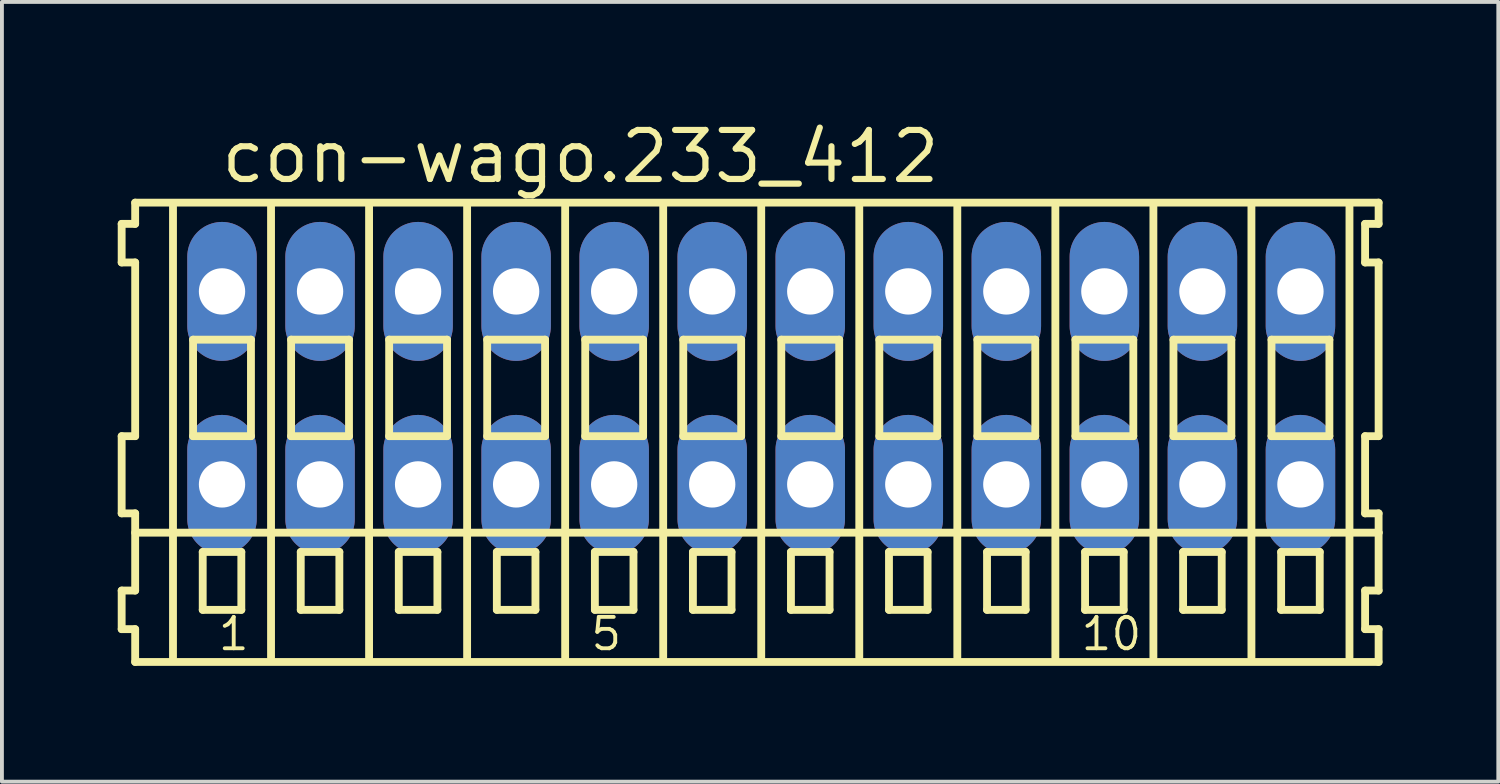
<source format=kicad_pcb>
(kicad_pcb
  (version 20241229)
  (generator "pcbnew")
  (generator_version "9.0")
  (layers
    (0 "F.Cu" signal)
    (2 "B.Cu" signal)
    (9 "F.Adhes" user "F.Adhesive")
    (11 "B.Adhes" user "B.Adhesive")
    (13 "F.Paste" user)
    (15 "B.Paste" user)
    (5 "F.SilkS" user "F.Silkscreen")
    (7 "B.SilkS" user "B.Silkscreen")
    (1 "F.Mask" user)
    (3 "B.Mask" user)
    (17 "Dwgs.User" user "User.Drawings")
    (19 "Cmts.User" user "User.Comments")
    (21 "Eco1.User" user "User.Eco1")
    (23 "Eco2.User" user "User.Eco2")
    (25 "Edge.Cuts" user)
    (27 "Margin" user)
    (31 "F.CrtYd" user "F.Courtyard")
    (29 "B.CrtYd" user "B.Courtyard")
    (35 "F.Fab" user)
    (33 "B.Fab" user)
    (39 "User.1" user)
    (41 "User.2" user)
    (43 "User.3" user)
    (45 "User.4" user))
  (footprint "con-wago.233_412"
    (layer "F.Cu")
    (at 16.672 7)
    (property "Reference" "con-wago.233_412" (at -14.07 -5.25 0) (layer "F.SilkS") (effects (font (size 1.27 1.27) (thickness 0.16)) (justify left bottom)))
    (attr through_hole)
    (fp_line (start -16.57 -4.25) (end -16.57 -3.25) (stroke (width 0.203) (type default)) (layer "F.SilkS"))
    (fp_line (start -16.57 -3.25) (end -16.22 -3.25) (stroke (width 0.203) (type default)) (layer "F.SilkS"))
    (fp_line (start -16.57 1.25) (end -16.57 3.25) (stroke (width 0.203) (type default)) (layer "F.SilkS"))
    (fp_line (start -16.57 3.25) (end -16.22 3.25) (stroke (width 0.203) (type default)) (layer "F.SilkS"))
    (fp_line (start -16.57 5.25) (end -16.57 6.25) (stroke (width 0.203) (type default)) (layer "F.SilkS"))
    (fp_line (start -16.57 6.25) (end -16.22 6.25) (stroke (width 0.203) (type default)) (layer "F.SilkS"))
    (fp_line (start -16.22 -4.8) (end -16.22 -4.25) (stroke (width 0.203) (type default)) (layer "F.SilkS"))
    (fp_line (start -16.22 -4.25) (end -16.57 -4.25) (stroke (width 0.203) (type default)) (layer "F.SilkS"))
    (fp_line (start -16.22 -3.25) (end -16.22 1.25) (stroke (width 0.203) (type default)) (layer "F.SilkS"))
    (fp_line (start -16.22 1.25) (end -16.57 1.25) (stroke (width 0.203) (type default)) (layer "F.SilkS"))
    (fp_line (start -16.22 3.25) (end -16.22 5.25) (stroke (width 0.203) (type default)) (layer "F.SilkS"))
    (fp_line (start -16.22 3.75) (end 15.995 3.75) (stroke (width 0.203) (type default)) (layer "F.SilkS"))
    (fp_line (start -16.22 5.25) (end -16.57 5.25) (stroke (width 0.203) (type default)) (layer "F.SilkS"))
    (fp_line (start -16.22 6.25) (end -16.22 7.1) (stroke (width 0.203) (type default)) (layer "F.SilkS"))
    (fp_line (start -16.22 7.1) (end 15.995 7.1) (stroke (width 0.203) (type default)) (layer "F.SilkS"))
    (fp_line (start -15.24 6.985) (end -15.24 -4.699) (stroke (width 0.203) (type default)) (layer "F.SilkS"))
    (fp_line (start -14.72 -1.25) (end -14.72 1.25) (stroke (width 0.203) (type default)) (layer "F.SilkS"))
    (fp_line (start -14.72 1.25) (end -13.22 1.25) (stroke (width 0.203) (type default)) (layer "F.SilkS"))
    (fp_line (start -14.47 4.25) (end -14.47 5.75) (stroke (width 0.203) (type default)) (layer "F.SilkS"))
    (fp_line (start -14.47 5.75) (end -13.47 5.75) (stroke (width 0.203) (type default)) (layer "F.SilkS"))
    (fp_line (start -13.47 4.25) (end -14.47 4.25) (stroke (width 0.203) (type default)) (layer "F.SilkS"))
    (fp_line (start -13.47 5.75) (end -13.47 4.25) (stroke (width 0.203) (type default)) (layer "F.SilkS"))
    (fp_line (start -13.22 -1.25) (end -14.72 -1.25) (stroke (width 0.203) (type default)) (layer "F.SilkS"))
    (fp_line (start -13.22 1.25) (end -13.22 -1.25) (stroke (width 0.203) (type default)) (layer "F.SilkS"))
    (fp_line (start -12.7 6.985) (end -12.7 -4.699) (stroke (width 0.203) (type default)) (layer "F.SilkS"))
    (fp_line (start -12.18 -1.25) (end -12.18 1.25) (stroke (width 0.203) (type default)) (layer "F.SilkS"))
    (fp_line (start -12.18 1.25) (end -10.68 1.25) (stroke (width 0.203) (type default)) (layer "F.SilkS"))
    (fp_line (start -11.93 4.25) (end -11.93 5.75) (stroke (width 0.203) (type default)) (layer "F.SilkS"))
    (fp_line (start -11.93 5.75) (end -10.93 5.75) (stroke (width 0.203) (type default)) (layer "F.SilkS"))
    (fp_line (start -10.93 4.25) (end -11.93 4.25) (stroke (width 0.203) (type default)) (layer "F.SilkS"))
    (fp_line (start -10.93 5.75) (end -10.93 4.25) (stroke (width 0.203) (type default)) (layer "F.SilkS"))
    (fp_line (start -10.68 -1.25) (end -12.18 -1.25) (stroke (width 0.203) (type default)) (layer "F.SilkS"))
    (fp_line (start -10.68 1.25) (end -10.68 -1.25) (stroke (width 0.203) (type default)) (layer "F.SilkS"))
    (fp_line (start -10.16 6.985) (end -10.16 -4.699) (stroke (width 0.203) (type default)) (layer "F.SilkS"))
    (fp_line (start -9.64 -1.25) (end -9.64 1.25) (stroke (width 0.203) (type default)) (layer "F.SilkS"))
    (fp_line (start -9.64 1.25) (end -8.14 1.25) (stroke (width 0.203) (type default)) (layer "F.SilkS"))
    (fp_line (start -9.39 4.25) (end -9.39 5.75) (stroke (width 0.203) (type default)) (layer "F.SilkS"))
    (fp_line (start -9.39 5.75) (end -8.39 5.75) (stroke (width 0.203) (type default)) (layer "F.SilkS"))
    (fp_line (start -8.39 4.25) (end -9.39 4.25) (stroke (width 0.203) (type default)) (layer "F.SilkS"))
    (fp_line (start -8.39 5.75) (end -8.39 4.25) (stroke (width 0.203) (type default)) (layer "F.SilkS"))
    (fp_line (start -8.14 -1.25) (end -9.64 -1.25) (stroke (width 0.203) (type default)) (layer "F.SilkS"))
    (fp_line (start -8.14 1.25) (end -8.14 -1.25) (stroke (width 0.203) (type default)) (layer "F.SilkS"))
    (fp_line (start -7.62 6.985) (end -7.62 -4.699) (stroke (width 0.203) (type default)) (layer "F.SilkS"))
    (fp_line (start -7.1 -1.25) (end -7.1 1.25) (stroke (width 0.203) (type default)) (layer "F.SilkS"))
    (fp_line (start -7.1 1.25) (end -5.6 1.25) (stroke (width 0.203) (type default)) (layer "F.SilkS"))
    (fp_line (start -6.85 4.25) (end -6.85 5.75) (stroke (width 0.203) (type default)) (layer "F.SilkS"))
    (fp_line (start -6.85 5.75) (end -5.85 5.75) (stroke (width 0.203) (type default)) (layer "F.SilkS"))
    (fp_line (start -5.85 4.25) (end -6.85 4.25) (stroke (width 0.203) (type default)) (layer "F.SilkS"))
    (fp_line (start -5.85 5.75) (end -5.85 4.25) (stroke (width 0.203) (type default)) (layer "F.SilkS"))
    (fp_line (start -5.6 -1.25) (end -7.1 -1.25) (stroke (width 0.203) (type default)) (layer "F.SilkS"))
    (fp_line (start -5.6 1.25) (end -5.6 -1.25) (stroke (width 0.203) (type default)) (layer "F.SilkS"))
    (fp_line (start -5.08 6.985) (end -5.08 -4.699) (stroke (width 0.203) (type default)) (layer "F.SilkS"))
    (fp_line (start -4.56 -1.25) (end -4.56 1.25) (stroke (width 0.203) (type default)) (layer "F.SilkS"))
    (fp_line (start -4.56 1.25) (end -3.06 1.25) (stroke (width 0.203) (type default)) (layer "F.SilkS"))
    (fp_line (start -4.31 4.25) (end -4.31 5.75) (stroke (width 0.203) (type default)) (layer "F.SilkS"))
    (fp_line (start -4.31 5.75) (end -3.31 5.75) (stroke (width 0.203) (type default)) (layer "F.SilkS"))
    (fp_line (start -3.31 4.25) (end -4.31 4.25) (stroke (width 0.203) (type default)) (layer "F.SilkS"))
    (fp_line (start -3.31 5.75) (end -3.31 4.25) (stroke (width 0.203) (type default)) (layer "F.SilkS"))
    (fp_line (start -3.06 -1.25) (end -4.56 -1.25) (stroke (width 0.203) (type default)) (layer "F.SilkS"))
    (fp_line (start -3.06 1.25) (end -3.06 -1.25) (stroke (width 0.203) (type default)) (layer "F.SilkS"))
    (fp_line (start -2.54 6.985) (end -2.54 -4.699) (stroke (width 0.203) (type default)) (layer "F.SilkS"))
    (fp_line (start -2.02 -1.25) (end -2.02 1.25) (stroke (width 0.203) (type default)) (layer "F.SilkS"))
    (fp_line (start -2.02 1.25) (end -0.52 1.25) (stroke (width 0.203) (type default)) (layer "F.SilkS"))
    (fp_line (start -1.77 4.25) (end -1.77 5.75) (stroke (width 0.203) (type default)) (layer "F.SilkS"))
    (fp_line (start -1.77 5.75) (end -0.77 5.75) (stroke (width 0.203) (type default)) (layer "F.SilkS"))
    (fp_line (start -0.77 4.25) (end -1.77 4.25) (stroke (width 0.203) (type default)) (layer "F.SilkS"))
    (fp_line (start -0.77 5.75) (end -0.77 4.25) (stroke (width 0.203) (type default)) (layer "F.SilkS"))
    (fp_line (start -0.52 -1.25) (end -2.02 -1.25) (stroke (width 0.203) (type default)) (layer "F.SilkS"))
    (fp_line (start -0.52 1.25) (end -0.52 -1.25) (stroke (width 0.203) (type default)) (layer "F.SilkS"))
    (fp_line (start 0 6.985) (end 0 -4.699) (stroke (width 0.203) (type default)) (layer "F.SilkS"))
    (fp_line (start 0.52 -1.25) (end 0.52 1.25) (stroke (width 0.203) (type default)) (layer "F.SilkS"))
    (fp_line (start 0.52 1.25) (end 2.02 1.25) (stroke (width 0.203) (type default)) (layer "F.SilkS"))
    (fp_line (start 0.77 4.25) (end 0.77 5.75) (stroke (width 0.203) (type default)) (layer "F.SilkS"))
    (fp_line (start 0.77 5.75) (end 1.77 5.75) (stroke (width 0.203) (type default)) (layer "F.SilkS"))
    (fp_line (start 1.77 4.25) (end 0.77 4.25) (stroke (width 0.203) (type default)) (layer "F.SilkS"))
    (fp_line (start 1.77 5.75) (end 1.77 4.25) (stroke (width 0.203) (type default)) (layer "F.SilkS"))
    (fp_line (start 2.02 -1.25) (end 0.52 -1.25) (stroke (width 0.203) (type default)) (layer "F.SilkS"))
    (fp_line (start 2.02 1.25) (end 2.02 -1.25) (stroke (width 0.203) (type default)) (layer "F.SilkS"))
    (fp_line (start 2.54 6.985) (end 2.54 -4.699) (stroke (width 0.203) (type default)) (layer "F.SilkS"))
    (fp_line (start 3.06 -1.25) (end 3.06 1.25) (stroke (width 0.203) (type default)) (layer "F.SilkS"))
    (fp_line (start 3.06 1.25) (end 4.56 1.25) (stroke (width 0.203) (type default)) (layer "F.SilkS"))
    (fp_line (start 3.31 4.25) (end 3.31 5.75) (stroke (width 0.203) (type default)) (layer "F.SilkS"))
    (fp_line (start 3.31 5.75) (end 4.31 5.75) (stroke (width 0.203) (type default)) (layer "F.SilkS"))
    (fp_line (start 4.31 4.25) (end 3.31 4.25) (stroke (width 0.203) (type default)) (layer "F.SilkS"))
    (fp_line (start 4.31 5.75) (end 4.31 4.25) (stroke (width 0.203) (type default)) (layer "F.SilkS"))
    (fp_line (start 4.56 -1.25) (end 3.06 -1.25) (stroke (width 0.203) (type default)) (layer "F.SilkS"))
    (fp_line (start 4.56 1.25) (end 4.56 -1.25) (stroke (width 0.203) (type default)) (layer "F.SilkS"))
    (fp_line (start 5.08 6.985) (end 5.08 -4.699) (stroke (width 0.203) (type default)) (layer "F.SilkS"))
    (fp_line (start 5.6 -1.25) (end 5.6 1.25) (stroke (width 0.203) (type default)) (layer "F.SilkS"))
    (fp_line (start 5.6 1.25) (end 7.1 1.25) (stroke (width 0.203) (type default)) (layer "F.SilkS"))
    (fp_line (start 5.85 4.25) (end 5.85 5.75) (stroke (width 0.203) (type default)) (layer "F.SilkS"))
    (fp_line (start 5.85 5.75) (end 6.85 5.75) (stroke (width 0.203) (type default)) (layer "F.SilkS"))
    (fp_line (start 6.85 4.25) (end 5.85 4.25) (stroke (width 0.203) (type default)) (layer "F.SilkS"))
    (fp_line (start 6.85 5.75) (end 6.85 4.25) (stroke (width 0.203) (type default)) (layer "F.SilkS"))
    (fp_line (start 7.1 -1.25) (end 5.6 -1.25) (stroke (width 0.203) (type default)) (layer "F.SilkS"))
    (fp_line (start 7.1 1.25) (end 7.1 -1.25) (stroke (width 0.203) (type default)) (layer "F.SilkS"))
    (fp_line (start 7.62 6.985) (end 7.62 -4.699) (stroke (width 0.203) (type default)) (layer "F.SilkS"))
    (fp_line (start 8.14 -1.25) (end 8.14 1.25) (stroke (width 0.203) (type default)) (layer "F.SilkS"))
    (fp_line (start 8.14 1.25) (end 9.64 1.25) (stroke (width 0.203) (type default)) (layer "F.SilkS"))
    (fp_line (start 8.39 4.25) (end 8.39 5.75) (stroke (width 0.203) (type default)) (layer "F.SilkS"))
    (fp_line (start 8.39 5.75) (end 9.39 5.75) (stroke (width 0.203) (type default)) (layer "F.SilkS"))
    (fp_line (start 9.39 4.25) (end 8.39 4.25) (stroke (width 0.203) (type default)) (layer "F.SilkS"))
    (fp_line (start 9.39 5.75) (end 9.39 4.25) (stroke (width 0.203) (type default)) (layer "F.SilkS"))
    (fp_line (start 9.64 -1.25) (end 8.14 -1.25) (stroke (width 0.203) (type default)) (layer "F.SilkS"))
    (fp_line (start 9.64 1.25) (end 9.64 -1.25) (stroke (width 0.203) (type default)) (layer "F.SilkS"))
    (fp_line (start 10.16 6.985) (end 10.16 -4.699) (stroke (width 0.203) (type default)) (layer "F.SilkS"))
    (fp_line (start 10.68 -1.25) (end 10.68 1.25) (stroke (width 0.203) (type default)) (layer "F.SilkS"))
    (fp_line (start 10.68 1.25) (end 12.18 1.25) (stroke (width 0.203) (type default)) (layer "F.SilkS"))
    (fp_line (start 10.93 4.25) (end 10.93 5.75) (stroke (width 0.203) (type default)) (layer "F.SilkS"))
    (fp_line (start 10.93 5.75) (end 11.93 5.75) (stroke (width 0.203) (type default)) (layer "F.SilkS"))
    (fp_line (start 11.93 4.25) (end 10.93 4.25) (stroke (width 0.203) (type default)) (layer "F.SilkS"))
    (fp_line (start 11.93 5.75) (end 11.93 4.25) (stroke (width 0.203) (type default)) (layer "F.SilkS"))
    (fp_line (start 12.18 -1.25) (end 10.68 -1.25) (stroke (width 0.203) (type default)) (layer "F.SilkS"))
    (fp_line (start 12.18 1.25) (end 12.18 -1.25) (stroke (width 0.203) (type default)) (layer "F.SilkS"))
    (fp_line (start 12.7 6.985) (end 12.7 -4.699) (stroke (width 0.203) (type default)) (layer "F.SilkS"))
    (fp_line (start 13.22 -1.25) (end 13.22 1.25) (stroke (width 0.203) (type default)) (layer "F.SilkS"))
    (fp_line (start 13.22 1.25) (end 14.72 1.25) (stroke (width 0.203) (type default)) (layer "F.SilkS"))
    (fp_line (start 13.47 4.25) (end 13.47 5.75) (stroke (width 0.203) (type default)) (layer "F.SilkS"))
    (fp_line (start 13.47 5.75) (end 14.47 5.75) (stroke (width 0.203) (type default)) (layer "F.SilkS"))
    (fp_line (start 14.47 4.25) (end 13.47 4.25) (stroke (width 0.203) (type default)) (layer "F.SilkS"))
    (fp_line (start 14.47 5.75) (end 14.47 4.25) (stroke (width 0.203) (type default)) (layer "F.SilkS"))
    (fp_line (start 14.72 -1.25) (end 13.22 -1.25) (stroke (width 0.203) (type default)) (layer "F.SilkS"))
    (fp_line (start 14.72 1.25) (end 14.72 -1.25) (stroke (width 0.203) (type default)) (layer "F.SilkS"))
    (fp_line (start 15.24 6.985) (end 15.24 -4.699) (stroke (width 0.203) (type default)) (layer "F.SilkS"))
    (fp_line (start 15.645 -4.25) (end 15.645 -3.25) (stroke (width 0.203) (type default)) (layer "F.SilkS"))
    (fp_line (start 15.645 -3.25) (end 15.995 -3.25) (stroke (width 0.203) (type default)) (layer "F.SilkS"))
    (fp_line (start 15.645 1.25) (end 15.645 3.25) (stroke (width 0.203) (type default)) (layer "F.SilkS"))
    (fp_line (start 15.645 3.25) (end 15.995 3.25) (stroke (width 0.203) (type default)) (layer "F.SilkS"))
    (fp_line (start 15.645 5.25) (end 15.645 6.25) (stroke (width 0.203) (type default)) (layer "F.SilkS"))
    (fp_line (start 15.645 6.25) (end 15.995 6.25) (stroke (width 0.203) (type default)) (layer "F.SilkS"))
    (fp_line (start 15.995 -4.8) (end -16.22 -4.8) (stroke (width 0.203) (type default)) (layer "F.SilkS"))
    (fp_line (start 15.995 -4.25) (end 15.645 -4.25) (stroke (width 0.203) (type default)) (layer "F.SilkS"))
    (fp_line (start 15.995 -4.25) (end 15.995 -4.8) (stroke (width 0.203) (type default)) (layer "F.SilkS"))
    (fp_line (start 15.995 1.25) (end 15.645 1.25) (stroke (width 0.203) (type default)) (layer "F.SilkS"))
    (fp_line (start 15.995 1.25) (end 15.995 -3.25) (stroke (width 0.203) (type default)) (layer "F.SilkS"))
    (fp_line (start 15.995 3.75) (end 15.995 3.25) (stroke (width 0.203) (type default)) (layer "F.SilkS"))
    (fp_line (start 15.995 5.25) (end 15.645 5.25) (stroke (width 0.203) (type default)) (layer "F.SilkS"))
    (fp_line (start 15.995 5.25) (end 15.995 3.75) (stroke (width 0.203) (type default)) (layer "F.SilkS"))
    (fp_line (start 15.995 7.1) (end 15.995 6.25) (stroke (width 0.203) (type default)) (layer "F.SilkS"))
    (fp_text user "1" (at -14.12 6.85 0) (layer "F.SilkS") (effects (font (size 0.813 0.813) (thickness 0.1)) (justify left bottom)))
    (fp_text user "10" (at 8.232 6.85 0) (layer "F.SilkS") (effects (font (size 0.813 0.813) (thickness 0.1)) (justify left bottom)))
    (fp_text user "5" (at -4.468 6.85 0) (layer "F.SilkS") (effects (font (size 0.813 0.813) (thickness 0.1)) (justify left bottom)))
    (pad "A1" thru_hole oval (at -13.97 -2.5 90) (size 3.6 1.8) (drill 1.2) (layers "*.Cu" "*.Mask"))
    (pad "A2" thru_hole oval (at -11.43 -2.5 90) (size 3.6 1.8) (drill 1.2) (layers "*.Cu" "*.Mask"))
    (pad "A3" thru_hole oval (at -8.89 -2.5 90) (size 3.6 1.8) (drill 1.2) (layers "*.Cu" "*.Mask"))
    (pad "A4" thru_hole oval (at -6.35 -2.5 90) (size 3.6 1.8) (drill 1.2) (layers "*.Cu" "*.Mask"))
    (pad "A5" thru_hole oval (at -3.81 -2.5 90) (size 3.6 1.8) (drill 1.2) (layers "*.Cu" "*.Mask"))
    (pad "A6" thru_hole oval (at -1.27 -2.5 90) (size 3.6 1.8) (drill 1.2) (layers "*.Cu" "*.Mask"))
    (pad "A7" thru_hole oval (at 1.27 -2.5 90) (size 3.6 1.8) (drill 1.2) (layers "*.Cu" "*.Mask"))
    (pad "A8" thru_hole oval (at 3.81 -2.5 90) (size 3.6 1.8) (drill 1.2) (layers "*.Cu" "*.Mask"))
    (pad "A9" thru_hole oval (at 6.35 -2.5 90) (size 3.6 1.8) (drill 1.2) (layers "*.Cu" "*.Mask"))
    (pad "A10" thru_hole oval (at 8.89 -2.5 90) (size 3.6 1.8) (drill 1.2) (layers "*.Cu" "*.Mask"))
    (pad "A11" thru_hole oval (at 11.43 -2.5 90) (size 3.6 1.8) (drill 1.2) (layers "*.Cu" "*.Mask"))
    (pad "A12" thru_hole oval (at 13.97 -2.5 90) (size 3.6 1.8) (drill 1.2) (layers "*.Cu" "*.Mask"))
    (pad "B1" thru_hole oval (at -13.97 2.5 90) (size 3.6 1.8) (drill 1.2) (layers "*.Cu" "*.Mask"))
    (pad "B2" thru_hole oval (at -11.43 2.5 90) (size 3.6 1.8) (drill 1.2) (layers "*.Cu" "*.Mask"))
    (pad "B3" thru_hole oval (at -8.89 2.5 90) (size 3.6 1.8) (drill 1.2) (layers "*.Cu" "*.Mask"))
    (pad "B4" thru_hole oval (at -6.35 2.5 90) (size 3.6 1.8) (drill 1.2) (layers "*.Cu" "*.Mask"))
    (pad "B5" thru_hole oval (at -3.81 2.5 90) (size 3.6 1.8) (drill 1.2) (layers "*.Cu" "*.Mask"))
    (pad "B6" thru_hole oval (at -1.27 2.5 90) (size 3.6 1.8) (drill 1.2) (layers "*.Cu" "*.Mask"))
    (pad "B7" thru_hole oval (at 1.27 2.5 90) (size 3.6 1.8) (drill 1.2) (layers "*.Cu" "*.Mask"))
    (pad "B8" thru_hole oval (at 3.81 2.5 90) (size 3.6 1.8) (drill 1.2) (layers "*.Cu" "*.Mask"))
    (pad "B9" thru_hole oval (at 6.35 2.5 90) (size 3.6 1.8) (drill 1.2) (layers "*.Cu" "*.Mask"))
    (pad "B10" thru_hole oval (at 8.89 2.5 90) (size 3.6 1.8) (drill 1.2) (layers "*.Cu" "*.Mask"))
    (pad "B11" thru_hole oval (at 11.43 2.5 90) (size 3.6 1.8) (drill 1.2) (layers "*.Cu" "*.Mask"))
    (pad "B12" thru_hole oval (at 13.97 2.5 90) (size 3.6 1.8) (drill 1.2) (layers "*.Cu" "*.Mask")))
  (gr_rect
    (start -3 -3)
    (end 35.768 17.202)
    (stroke (width 0.1) (type default))
    (fill no)
    (layer "Edge.Cuts")))
</source>
